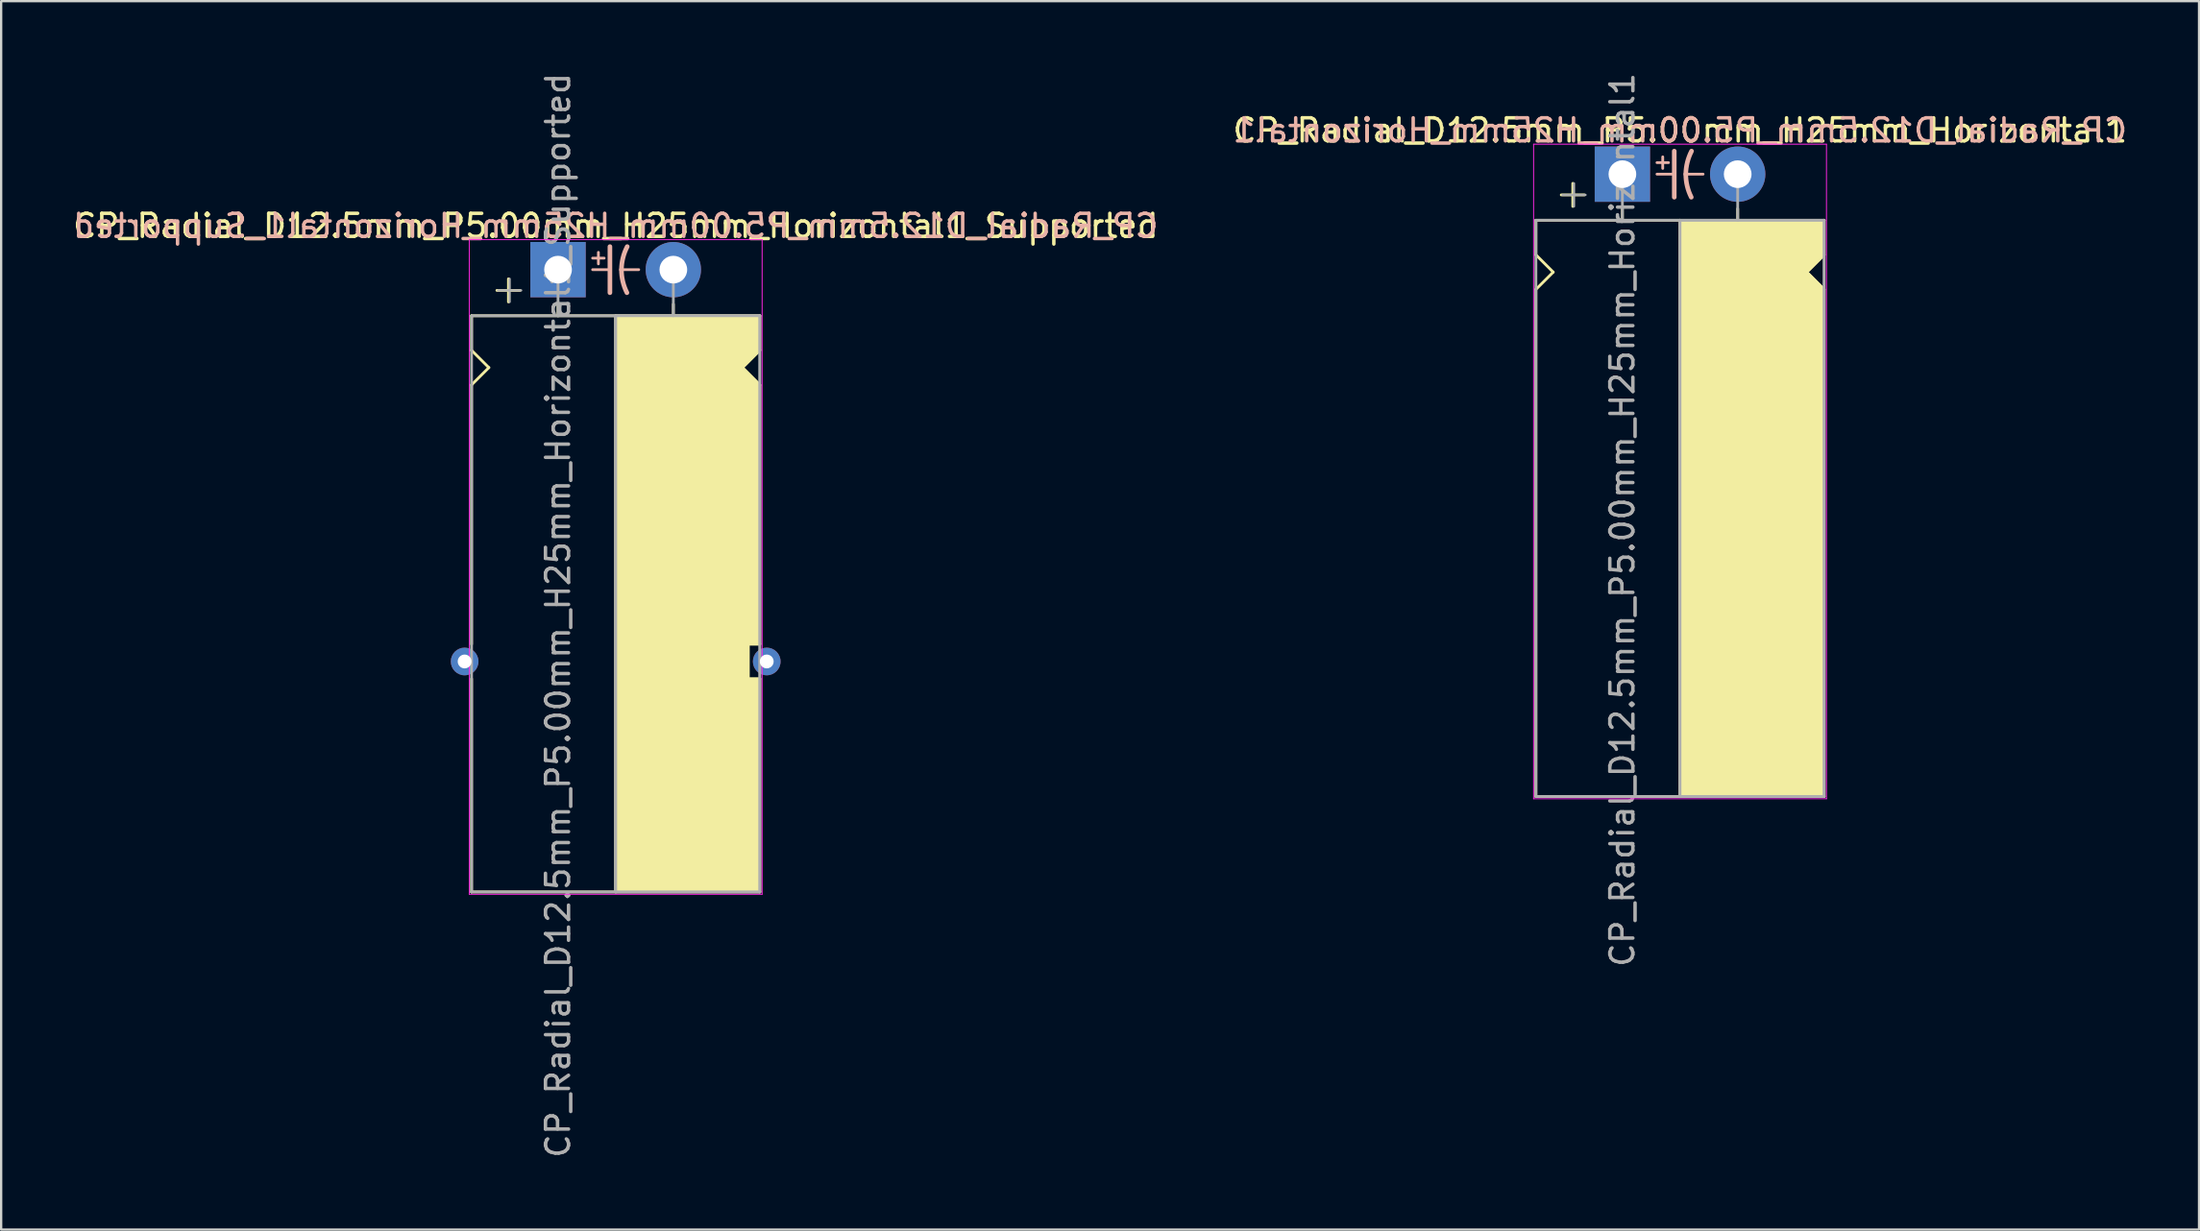
<source format=kicad_pcb>
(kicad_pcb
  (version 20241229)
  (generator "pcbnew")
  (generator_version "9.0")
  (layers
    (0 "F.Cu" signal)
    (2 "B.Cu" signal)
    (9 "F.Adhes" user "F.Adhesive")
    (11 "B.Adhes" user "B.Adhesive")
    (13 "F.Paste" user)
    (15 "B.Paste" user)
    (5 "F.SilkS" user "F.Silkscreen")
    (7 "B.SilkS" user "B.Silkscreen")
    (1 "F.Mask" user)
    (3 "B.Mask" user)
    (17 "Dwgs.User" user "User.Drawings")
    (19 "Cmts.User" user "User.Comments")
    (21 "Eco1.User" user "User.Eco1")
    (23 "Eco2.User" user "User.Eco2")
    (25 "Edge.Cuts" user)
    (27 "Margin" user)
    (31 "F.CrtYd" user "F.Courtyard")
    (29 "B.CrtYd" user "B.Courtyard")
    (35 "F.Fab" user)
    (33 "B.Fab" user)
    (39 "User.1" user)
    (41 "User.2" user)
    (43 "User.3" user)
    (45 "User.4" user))
  (footprint "CP_Radial_D12.5mm_P5.00mm_H25mm_Horizontal1_Supported"
    (layer "F.Cu")
    (at 21.149 8.649)
    (property "Reference" "CP_Radial_D12.5mm_P5.00mm_H25mm_Horizontal1_Supported" (at 2.5 -1.9 180) (layer "F.SilkS") (effects (font (size 1 1) (thickness 0.15))))
    (fp_line (start -3.75 2) (end -3.75 3.5) (stroke (width 0.12) (type solid)) (layer "F.SilkS"))
    (fp_line (start -3.75 3.5) (end -3 4.25) (stroke (width 0.12) (type solid)) (layer "F.SilkS"))
    (fp_line (start -3.75 5) (end -3.75 16.25) (stroke (width 0.12) (type solid)) (layer "F.SilkS"))
    (fp_line (start -3.75 27) (end -3.75 17.75) (stroke (width 0.12) (type solid)) (layer "F.SilkS"))
    (fp_line (start -3 4.25) (end -3.75 5) (stroke (width 0.12) (type solid)) (layer "F.SilkS"))
    (fp_line (start -2.15 0.4) (end -2.15 1.4) (stroke (width 0.12) (type solid)) (layer "F.SilkS"))
    (fp_line (start -1.65 0.9) (end -2.65 0.9) (stroke (width 0.12) (type solid)) (layer "F.SilkS"))
    (fp_line (start 0 1.5) (end 0 2) (stroke (width 0.12) (type solid)) (layer "F.SilkS"))
    (fp_line (start 2.5 2) (end -3.75 2) (stroke (width 0.12) (type solid)) (layer "F.SilkS"))
    (fp_line (start 2.5 2) (end 2.5 27) (stroke (width 0.12) (type solid)) (layer "F.SilkS"))
    (fp_line (start 2.5 2) (end 8.75 2) (stroke (width 0.12) (type solid)) (layer "F.SilkS"))
    (fp_line (start 5 1.5) (end 5 2) (stroke (width 0.12) (type solid)) (layer "F.SilkS"))
    (fp_line (start 8 4.25) (end 8.75 5) (stroke (width 0.12) (type solid)) (layer "F.SilkS"))
    (fp_line (start 8.25 16.25) (end 8.75 16.25) (stroke (width 0.12) (type solid)) (layer "F.SilkS"))
    (fp_line (start 8.25 17.75) (end 8.25 16.25) (stroke (width 0.12) (type solid)) (layer "F.SilkS"))
    (fp_line (start 8.75 2) (end 8.75 3.5) (stroke (width 0.12) (type solid)) (layer "F.SilkS"))
    (fp_line (start 8.75 3.5) (end 8 4.25) (stroke (width 0.12) (type solid)) (layer "F.SilkS"))
    (fp_line (start 8.75 5) (end 8.75 16.25) (stroke (width 0.12) (type solid)) (layer "F.SilkS"))
    (fp_line (start 8.75 17.75) (end 8.25 17.75) (stroke (width 0.12) (type solid)) (layer "F.SilkS"))
    (fp_line (start 8.75 27) (end -3.75 27) (stroke (width 0.12) (type solid)) (layer "F.SilkS"))
    (fp_line (start 8.75 27) (end 8.75 17.75) (stroke (width 0.12) (type solid)) (layer "F.SilkS"))
    (fp_poly (pts (xy 8.75 3.5) (xy 8 4.25) (xy 8.75 5) (xy 8.75 16.25) (xy 8.25 16.25) (xy 8.25 17.75) (xy 8.75 17.75) (xy 8.75 27) (xy 2.5 27) (xy 2.5 2) (xy 8.75 2)) (stroke (width 0.1) (type solid)) (fill yes) (layer "F.SilkS"))
    (fp_line (start 1.5 -0.5) (end 2 -0.5) (stroke (width 0.12) (type solid)) (layer "B.SilkS"))
    (fp_line (start 1.5 0) (end 2.25 0) (stroke (width 0.12) (type solid)) (layer "B.SilkS"))
    (fp_line (start 1.75 -0.75) (end 1.75 -0.25) (stroke (width 0.12) (type solid)) (layer "B.SilkS"))
    (fp_line (start 2.25 1) (end 2.25 -1) (stroke (width 0.2) (type solid)) (layer "B.SilkS"))
    (fp_line (start 3.5 0) (end 2.75 0) (stroke (width 0.12) (type solid)) (layer "B.SilkS"))
    (fp_arc (start 2.75 0) (mid 2.816707 -0.514573) (end 3 -1) (stroke (width 0.2) (type solid)) (layer "B.SilkS"))
    (fp_arc (start 2.987539 1) (mid 2.810247 0.513901) (end 2.75 0) (stroke (width 0.2) (type solid)) (layer "B.SilkS"))
    (fp_line (start -3.85 -1.3) (end 8.85 -1.3) (stroke (width 0.04) (type solid)) (layer "F.CrtYd"))
    (fp_line (start -3.85 27.1) (end -3.85 -1.3) (stroke (width 0.04) (type solid)) (layer "F.CrtYd"))
    (fp_line (start 8.85 -1.3) (end 8.85 27.1) (stroke (width 0.04) (type solid)) (layer "F.CrtYd"))
    (fp_line (start 8.85 27.1) (end -3.85 27.1) (stroke (width 0.04) (type solid)) (layer "F.CrtYd"))
    (fp_line (start -3.75 2) (end -3.75 27) (stroke (width 0.12) (type solid)) (layer "F.Fab"))
    (fp_line (start -3.75 27) (end 8.75 27) (stroke (width 0.12) (type solid)) (layer "F.Fab"))
    (fp_line (start -2.6 0.9) (end -1.6 0.9) (stroke (width 0.1) (type solid)) (layer "F.Fab"))
    (fp_line (start -2.1 1.4) (end -2.1 0.4) (stroke (width 0.1) (type solid)) (layer "F.Fab"))
    (fp_line (start 0 0) (end 0 2) (stroke (width 0.12) (type solid)) (layer "F.Fab"))
    (fp_line (start 0 2) (end -3.75 2) (stroke (width 0.12) (type solid)) (layer "F.Fab"))
    (fp_line (start 2.5 2) (end 2.5 27) (stroke (width 0.12) (type solid)) (layer "F.Fab"))
    (fp_line (start 5 2) (end 5 0) (stroke (width 0.12) (type solid)) (layer "F.Fab"))
    (fp_line (start 8.75 2) (end 0 2) (stroke (width 0.12) (type solid)) (layer "F.Fab"))
    (fp_line (start 8.75 27) (end 8.75 2) (stroke (width 0.12) (type solid)) (layer "F.Fab"))
    (fp_poly (pts (xy 8.75 27) (xy 2.5 27) (xy 2.5 2) (xy 8.75 2)) (stroke (width 0.1) (type solid)) (fill no) (layer "F.Fab"))
    (fp_text user "${REFERENCE}" (at 2.5 -1.9 0) (layer "B.SilkS") (effects (font (size 1 1) (thickness 0.15)) (justify mirror)))
    (fp_text user "${REFERENCE}" (at 0 15 90) (layer "F.Fab") (effects (font (size 1 1) (thickness 0.15))))
    (pad "1" thru_hole rect (at 0 0) (size 2.4 2.4) (drill 1.2) (layers "*.Cu" "*.Mask"))
    (pad "2" thru_hole circle (at 5 0) (size 2.4 2.4) (drill 1.2) (layers "*.Cu" "*.Mask"))
    (pad "~" thru_hole circle (at -4.05 17) (size 1.2 1.2) (drill 0.6) (layers "*.Cu" "*.Mask"))
    (pad "~" thru_hole circle (at 9.05 17) (size 1.2 1.2) (drill 0.6) (layers "*.Cu" "*.Mask")))
  (footprint "CP_Radial_D12.5mm_P5.00mm_H25mm_Horizontal1"
    (layer "F.Cu")
    (at 67.304 4.506)
    (property "Reference" "CP_Radial_D12.5mm_P5.00mm_H25mm_Horizontal1" (at 2.5 -1.9 180) (layer "F.SilkS") (effects (font (size 1 1) (thickness 0.15))))
    (fp_line (start -3.75 2) (end -3.75 3.5) (stroke (width 0.12) (type solid)) (layer "F.SilkS"))
    (fp_line (start -3.75 3.5) (end -3 4.25) (stroke (width 0.12) (type solid)) (layer "F.SilkS"))
    (fp_line (start -3.75 5) (end -3.75 27) (stroke (width 0.12) (type solid)) (layer "F.SilkS"))
    (fp_line (start -3 4.25) (end -3.75 5) (stroke (width 0.12) (type solid)) (layer "F.SilkS"))
    (fp_line (start -2.15 0.4) (end -2.15 1.4) (stroke (width 0.12) (type solid)) (layer "F.SilkS"))
    (fp_line (start -1.65 0.9) (end -2.65 0.9) (stroke (width 0.12) (type solid)) (layer "F.SilkS"))
    (fp_line (start 0 1.5) (end 0 2) (stroke (width 0.12) (type solid)) (layer "F.SilkS"))
    (fp_line (start 2.5 2) (end -3.75 2) (stroke (width 0.12) (type solid)) (layer "F.SilkS"))
    (fp_line (start 2.5 2) (end 2.5 27) (stroke (width 0.12) (type solid)) (layer "F.SilkS"))
    (fp_line (start 2.5 2) (end 8.75 2) (stroke (width 0.12) (type solid)) (layer "F.SilkS"))
    (fp_line (start 5 1.5) (end 5 2) (stroke (width 0.12) (type solid)) (layer "F.SilkS"))
    (fp_line (start 8 4.25) (end 8.75 5) (stroke (width 0.12) (type solid)) (layer "F.SilkS"))
    (fp_line (start 8.75 2) (end 8.75 3.5) (stroke (width 0.12) (type solid)) (layer "F.SilkS"))
    (fp_line (start 8.75 3.5) (end 8 4.25) (stroke (width 0.12) (type solid)) (layer "F.SilkS"))
    (fp_line (start 8.75 5) (end 8.75 27) (stroke (width 0.12) (type solid)) (layer "F.SilkS"))
    (fp_line (start 8.75 27) (end -3.75 27) (stroke (width 0.12) (type solid)) (layer "F.SilkS"))
    (fp_poly (pts (xy 8.75 3.5) (xy 8 4.25) (xy 8.75 5) (xy 8.75 27) (xy 2.5 27) (xy 2.5 2) (xy 8.75 2)) (stroke (width 0.1) (type solid)) (fill yes) (layer "F.SilkS"))
    (fp_line (start 1.5 -0.5) (end 2 -0.5) (stroke (width 0.12) (type solid)) (layer "B.SilkS"))
    (fp_line (start 1.5 0) (end 2.25 0) (stroke (width 0.12) (type solid)) (layer "B.SilkS"))
    (fp_line (start 1.75 -0.75) (end 1.75 -0.25) (stroke (width 0.12) (type solid)) (layer "B.SilkS"))
    (fp_line (start 2.25 1) (end 2.25 -1) (stroke (width 0.2) (type solid)) (layer "B.SilkS"))
    (fp_line (start 3.5 0) (end 2.75 0) (stroke (width 0.12) (type solid)) (layer "B.SilkS"))
    (fp_arc (start 2.75 0) (mid 2.816707 -0.514573) (end 3 -1) (stroke (width 0.2) (type solid)) (layer "B.SilkS"))
    (fp_arc (start 2.987539 1) (mid 2.810248 0.513901) (end 2.75 0) (stroke (width 0.2) (type solid)) (layer "B.SilkS"))
    (fp_line (start -3.85 -1.3) (end 8.85 -1.3) (stroke (width 0.04) (type solid)) (layer "F.CrtYd"))
    (fp_line (start -3.85 27.1) (end -3.85 -1.3) (stroke (width 0.04) (type solid)) (layer "F.CrtYd"))
    (fp_line (start 8.85 -1.3) (end 8.85 27.1) (stroke (width 0.04) (type solid)) (layer "F.CrtYd"))
    (fp_line (start 8.85 27.1) (end -3.85 27.1) (stroke (width 0.04) (type solid)) (layer "F.CrtYd"))
    (fp_line (start -3.75 2) (end -3.75 27) (stroke (width 0.12) (type solid)) (layer "F.Fab"))
    (fp_line (start -3.75 27) (end 8.75 27) (stroke (width 0.12) (type solid)) (layer "F.Fab"))
    (fp_line (start -2.6 0.9) (end -1.6 0.9) (stroke (width 0.1) (type solid)) (layer "F.Fab"))
    (fp_line (start -2.1 1.4) (end -2.1 0.4) (stroke (width 0.1) (type solid)) (layer "F.Fab"))
    (fp_line (start 0 0) (end 0 2) (stroke (width 0.12) (type solid)) (layer "F.Fab"))
    (fp_line (start 0 2) (end -3.75 2) (stroke (width 0.12) (type solid)) (layer "F.Fab"))
    (fp_line (start 2.5 2) (end 2.5 27) (stroke (width 0.12) (type solid)) (layer "F.Fab"))
    (fp_line (start 5 2) (end 5 0) (stroke (width 0.12) (type solid)) (layer "F.Fab"))
    (fp_line (start 8.75 2) (end 0 2) (stroke (width 0.12) (type solid)) (layer "F.Fab"))
    (fp_line (start 8.75 27) (end 8.75 2) (stroke (width 0.12) (type solid)) (layer "F.Fab"))
    (fp_poly (pts (xy 8.75 27) (xy 2.5 27) (xy 2.5 2) (xy 8.75 2)) (stroke (width 0.1) (type solid)) (fill no) (layer "F.Fab"))
    (fp_text user "${REFERENCE}" (at 2.5 -1.9 0) (layer "B.SilkS") (effects (font (size 1 1) (thickness 0.15)) (justify mirror)))
    (fp_text user "${REFERENCE}" (at 0 15 90) (layer "F.Fab") (effects (font (size 1 1) (thickness 0.15))))
    (pad "1" thru_hole rect (at 0 0) (size 2.4 2.4) (drill 1.2) (layers "*.Cu" "*.Mask"))
    (pad "2" thru_hole circle (at 5 0) (size 2.4 2.4) (drill 1.2) (layers "*.Cu" "*.Mask")))
  (gr_rect
    (start -3 -3)
    (end 92.31 50.298)
    (stroke (width 0.1) (type default))
    (fill no)
    (layer "Edge.Cuts")))
</source>
